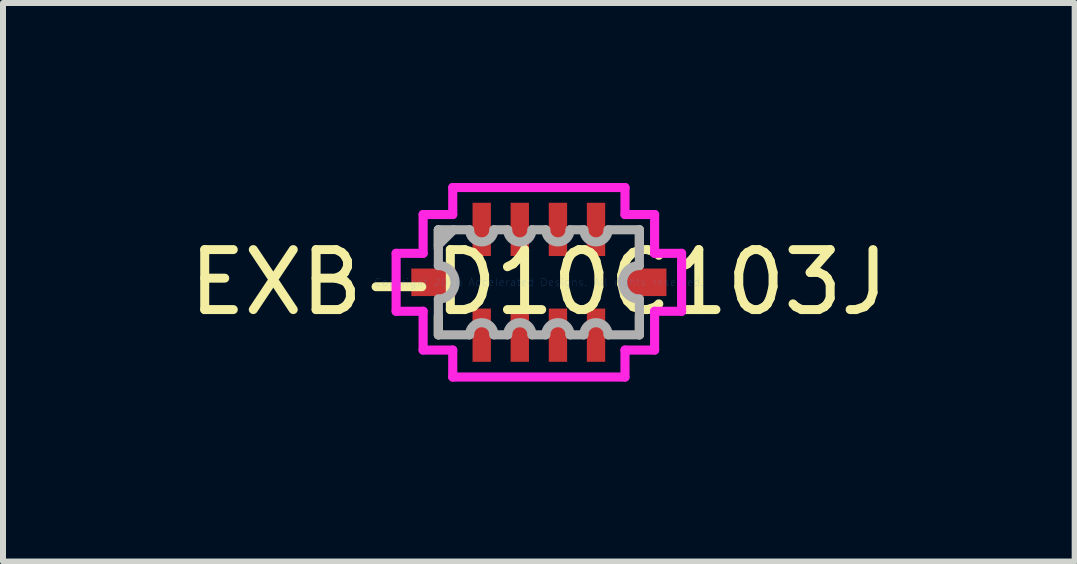
<source format=kicad_pcb>
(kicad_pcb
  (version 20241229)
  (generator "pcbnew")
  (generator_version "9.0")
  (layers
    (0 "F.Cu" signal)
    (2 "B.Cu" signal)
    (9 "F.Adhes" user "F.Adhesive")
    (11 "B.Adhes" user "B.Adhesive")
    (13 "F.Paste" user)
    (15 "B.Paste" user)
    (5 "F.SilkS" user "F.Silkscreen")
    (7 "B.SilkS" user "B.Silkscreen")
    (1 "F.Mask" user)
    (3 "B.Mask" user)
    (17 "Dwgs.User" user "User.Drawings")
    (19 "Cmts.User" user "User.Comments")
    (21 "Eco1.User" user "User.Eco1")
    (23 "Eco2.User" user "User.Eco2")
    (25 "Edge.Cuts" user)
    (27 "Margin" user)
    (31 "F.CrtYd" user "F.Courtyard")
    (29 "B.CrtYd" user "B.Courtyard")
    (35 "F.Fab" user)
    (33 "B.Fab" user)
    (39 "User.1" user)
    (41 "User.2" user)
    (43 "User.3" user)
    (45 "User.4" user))
  (footprint "EXB-D10C103J"
    (layer "F.Cu")
    (at 5.935 1.657)
    (property "Reference" "EXB-D10C103J" (at 0 0 180) (layer "F.SilkS") (effects (font (size 1 1) (thickness 0.15))))
    (attr through_hole)
    (fp_line (start -1.676 -0.562) (end -1.676 -0.876) (stroke (width 0.152) (type solid)) (layer "F.SilkS"))
    (fp_line (start -1.676 0.562) (end -1.676 0.876) (stroke (width 0.152) (type solid)) (layer "F.SilkS"))
    (fp_line (start 1.676 -0.562) (end 1.676 -0.876) (stroke (width 0.152) (type solid)) (layer "F.SilkS"))
    (fp_line (start 1.676 0.562) (end 1.676 0.876) (stroke (width 0.152) (type solid)) (layer "F.SilkS"))
    (fp_line (start -2.38 -0.483) (end -1.93 -0.483) (stroke (width 0.152) (type solid)) (layer "F.CrtYd"))
    (fp_line (start -2.38 0.483) (end -2.38 -0.483) (stroke (width 0.152) (type solid)) (layer "F.CrtYd"))
    (fp_line (start -2.38 0.483) (end -1.93 0.483) (stroke (width 0.152) (type solid)) (layer "F.CrtYd"))
    (fp_line (start -1.93 -1.13) (end -1.436 -1.13) (stroke (width 0.152) (type solid)) (layer "F.CrtYd"))
    (fp_line (start -1.93 -0.483) (end -1.93 -1.13) (stroke (width 0.152) (type solid)) (layer "F.CrtYd"))
    (fp_line (start -1.93 1.13) (end -1.93 0.483) (stroke (width 0.152) (type solid)) (layer "F.CrtYd"))
    (fp_line (start -1.436 -1.58) (end 1.436 -1.58) (stroke (width 0.152) (type solid)) (layer "F.CrtYd"))
    (fp_line (start -1.436 -1.13) (end -1.436 -1.58) (stroke (width 0.152) (type solid)) (layer "F.CrtYd"))
    (fp_line (start -1.436 1.13) (end -1.93 1.13) (stroke (width 0.152) (type solid)) (layer "F.CrtYd"))
    (fp_line (start -1.436 1.58) (end -1.436 1.13) (stroke (width 0.152) (type solid)) (layer "F.CrtYd"))
    (fp_line (start 1.436 -1.58) (end 1.436 -1.13) (stroke (width 0.152) (type solid)) (layer "F.CrtYd"))
    (fp_line (start 1.436 -1.13) (end 1.93 -1.13) (stroke (width 0.152) (type solid)) (layer "F.CrtYd"))
    (fp_line (start 1.436 1.13) (end 1.436 1.58) (stroke (width 0.152) (type solid)) (layer "F.CrtYd"))
    (fp_line (start 1.436 1.58) (end -1.436 1.58) (stroke (width 0.152) (type solid)) (layer "F.CrtYd"))
    (fp_line (start 1.93 -1.13) (end 1.93 -0.483) (stroke (width 0.152) (type solid)) (layer "F.CrtYd"))
    (fp_line (start 1.93 -0.483) (end 2.38 -0.483) (stroke (width 0.152) (type solid)) (layer "F.CrtYd"))
    (fp_line (start 1.93 0.483) (end 1.93 1.13) (stroke (width 0.152) (type solid)) (layer "F.CrtYd"))
    (fp_line (start 1.93 1.13) (end 1.436 1.13) (stroke (width 0.152) (type solid)) (layer "F.CrtYd"))
    (fp_line (start 2.38 -0.483) (end 2.38 0.483) (stroke (width 0.152) (type solid)) (layer "F.CrtYd"))
    (fp_line (start 2.38 0.483) (end 1.93 0.483) (stroke (width 0.152) (type solid)) (layer "F.CrtYd"))
    (fp_line (start -1.676 -0.279) (end -1.676 -0.876) (stroke (width 0.152) (type solid)) (layer "F.Fab"))
    (fp_line (start -1.676 0.279) (end -1.676 0.876) (stroke (width 0.152) (type solid)) (layer "F.Fab"))
    (fp_line (start -1.422 -0.876) (end -1.676 -0.622) (stroke (width 0.152) (type solid)) (layer "F.Fab"))
    (fp_line (start -1.156 -0.876) (end -1.676 -0.876) (stroke (width 0.152) (type solid)) (layer "F.Fab"))
    (fp_line (start -1.156 0.876) (end -1.676 0.876) (stroke (width 0.152) (type solid)) (layer "F.Fab"))
    (fp_line (start -0.521 -0.876) (end -0.749 -0.876) (stroke (width 0.152) (type solid)) (layer "F.Fab"))
    (fp_line (start -0.521 0.876) (end -0.749 0.876) (stroke (width 0.152) (type solid)) (layer "F.Fab"))
    (fp_line (start 0.114 -0.876) (end -0.114 -0.876) (stroke (width 0.152) (type solid)) (layer "F.Fab"))
    (fp_line (start 0.114 0.876) (end -0.114 0.876) (stroke (width 0.152) (type solid)) (layer "F.Fab"))
    (fp_line (start 0.749 -0.876) (end 0.521 -0.876) (stroke (width 0.152) (type solid)) (layer "F.Fab"))
    (fp_line (start 0.749 0.876) (end 0.521 0.876) (stroke (width 0.152) (type solid)) (layer "F.Fab"))
    (fp_line (start 1.156 -0.876) (end 1.676 -0.876) (stroke (width 0.152) (type solid)) (layer "F.Fab"))
    (fp_line (start 1.156 0.876) (end 1.676 0.876) (stroke (width 0.152) (type solid)) (layer "F.Fab"))
    (fp_line (start 1.676 -0.279) (end 1.676 -0.876) (stroke (width 0.152) (type solid)) (layer "F.Fab"))
    (fp_line (start 1.676 0.279) (end 1.676 0.876) (stroke (width 0.152) (type solid)) (layer "F.Fab"))
    (fp_arc (start -1.6764 -0.2794) (mid -1.397 0) (end -1.6764 0.2794) (stroke (width 0.1524) (type solid)) (layer "F.Fab"))
    (fp_arc (start -1.1557 0.8763) (mid -0.9525 0.6731) (end -0.7493 0.8763) (stroke (width 0.1524) (type solid)) (layer "F.Fab"))
    (fp_arc (start -0.7493 -0.8763) (mid -0.9525 -0.6731) (end -1.1557 -0.8763) (stroke (width 0.1524) (type solid)) (layer "F.Fab"))
    (fp_arc (start -0.5207 0.8763) (mid -0.3175 0.6731) (end -0.1143 0.8763) (stroke (width 0.1524) (type solid)) (layer "F.Fab"))
    (fp_arc (start -0.1143 -0.8763) (mid -0.3175 -0.6731) (end -0.5207 -0.8763) (stroke (width 0.1524) (type solid)) (layer "F.Fab"))
    (fp_arc (start 0.1143 0.8763) (mid 0.3175 0.6731) (end 0.5207 0.8763) (stroke (width 0.1524) (type solid)) (layer "F.Fab"))
    (fp_arc (start 0.5207 -0.8763) (mid 0.3175 -0.6731) (end 0.1143 -0.8763) (stroke (width 0.1524) (type solid)) (layer "F.Fab"))
    (fp_arc (start 0.7493 0.8763) (mid 0.9525 0.6731) (end 1.1557 0.8763) (stroke (width 0.1524) (type solid)) (layer "F.Fab"))
    (fp_arc (start 1.1557 -0.8763) (mid 0.9525 -0.6731) (end 0.7493 -0.8763) (stroke (width 0.1524) (type solid)) (layer "F.Fab"))
    (fp_arc (start 1.6764 0.2794) (mid 1.397 0) (end 1.6764 -0.2794) (stroke (width 0.1524) (type solid)) (layer "F.Fab"))
    (fp_text user "Copyright 2016 Accelerated Designs. All rights reserved." (at 0 0 180) (layer "Cmts.User") (effects (font (size 0.127 0.127) (thickness 0.002))))
    (pad "1" smd rect (at -1.759 0) (size 0.736 0.459) (layers "F.Cu" "F.Mask" "F.Paste"))
    (pad "1" smd rect (at 1.759 0) (size 0.736 0.459) (layers "F.Cu" "F.Mask" "F.Paste"))
    (pad "2" smd rect (at -0.953 0.882 90) (size 0.888 0.306) (layers "F.Cu" "F.Mask" "F.Paste"))
    (pad "3" smd rect (at -0.318 0.882 90) (size 0.888 0.306) (layers "F.Cu" "F.Mask" "F.Paste"))
    (pad "4" smd rect (at 0.318 0.882 90) (size 0.888 0.306) (layers "F.Cu" "F.Mask" "F.Paste"))
    (pad "5" smd rect (at 0.953 0.882 90) (size 0.888 0.306) (layers "F.Cu" "F.Mask" "F.Paste"))
    (pad "6" smd rect (at 0.953 -0.882 90) (size 0.888 0.306) (layers "F.Cu" "F.Mask" "F.Paste"))
    (pad "7" smd rect (at 0.318 -0.882 90) (size 0.888 0.306) (layers "F.Cu" "F.Mask" "F.Paste"))
    (pad "8" smd rect (at -0.318 -0.882 90) (size 0.888 0.306) (layers "F.Cu" "F.Mask" "F.Paste"))
    (pad "9" smd rect (at -0.953 -0.882 90) (size 0.888 0.306) (layers "F.Cu" "F.Mask" "F.Paste")))
  (gr_rect
    (start -3 -3)
    (end 14.869 6.313)
    (stroke (width 0.1) (type default))
    (fill no)
    (layer "Edge.Cuts")))
</source>
